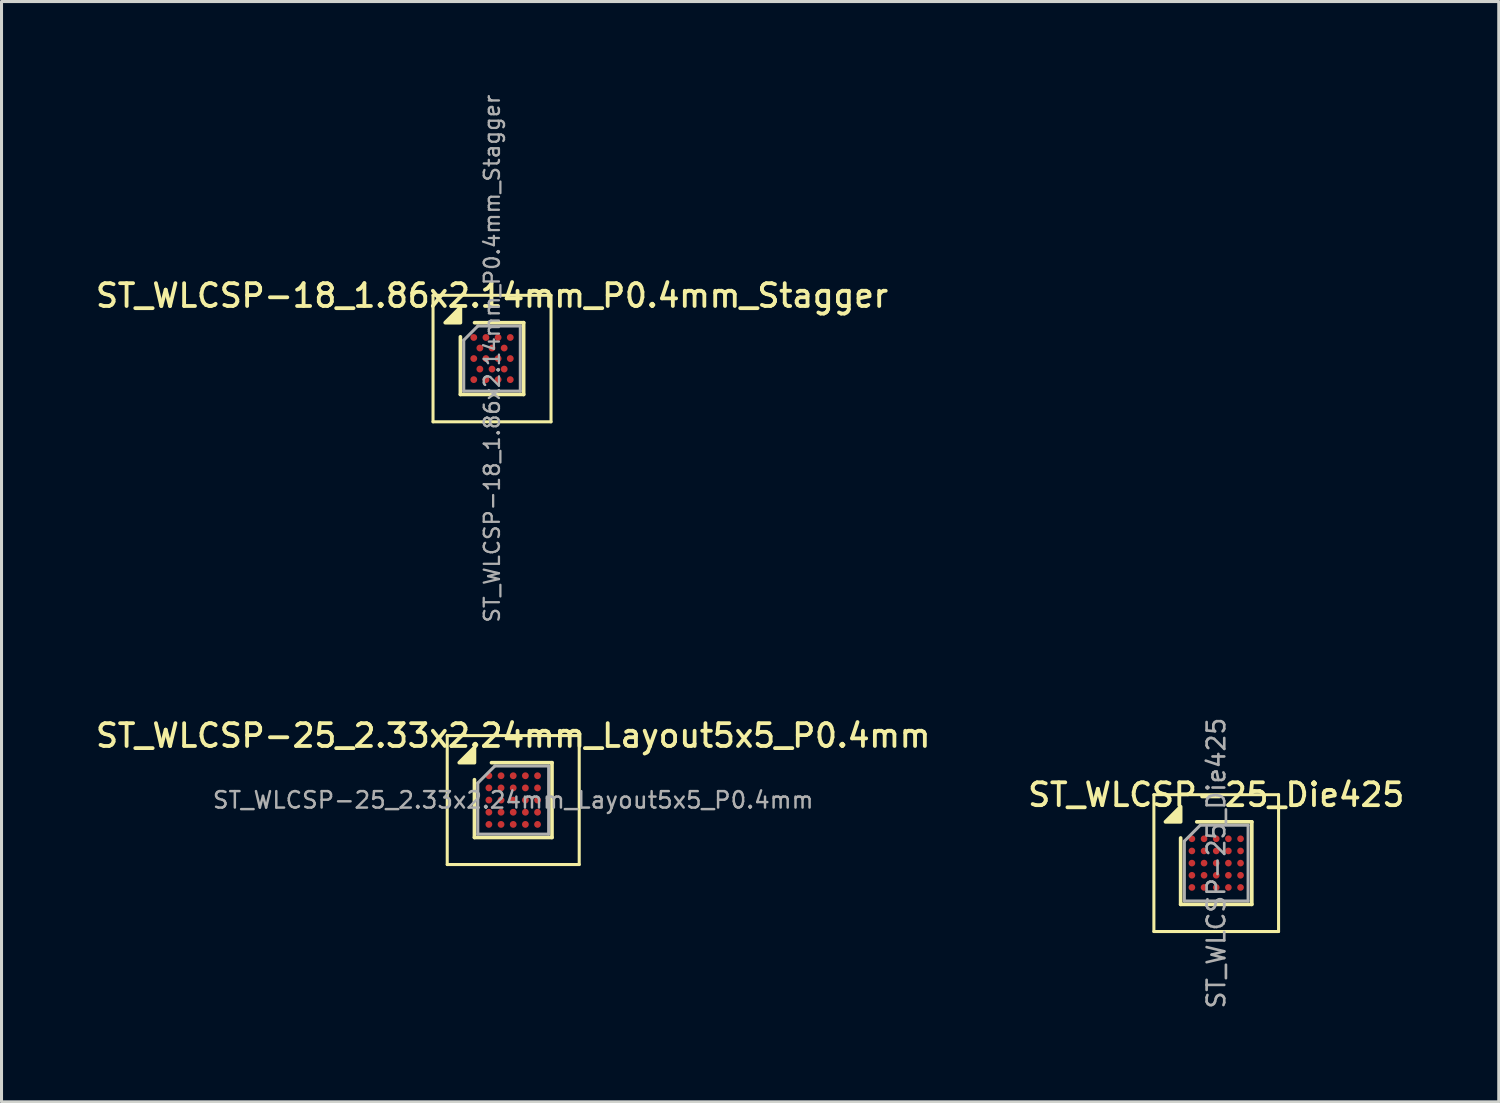
<source format=kicad_pcb>
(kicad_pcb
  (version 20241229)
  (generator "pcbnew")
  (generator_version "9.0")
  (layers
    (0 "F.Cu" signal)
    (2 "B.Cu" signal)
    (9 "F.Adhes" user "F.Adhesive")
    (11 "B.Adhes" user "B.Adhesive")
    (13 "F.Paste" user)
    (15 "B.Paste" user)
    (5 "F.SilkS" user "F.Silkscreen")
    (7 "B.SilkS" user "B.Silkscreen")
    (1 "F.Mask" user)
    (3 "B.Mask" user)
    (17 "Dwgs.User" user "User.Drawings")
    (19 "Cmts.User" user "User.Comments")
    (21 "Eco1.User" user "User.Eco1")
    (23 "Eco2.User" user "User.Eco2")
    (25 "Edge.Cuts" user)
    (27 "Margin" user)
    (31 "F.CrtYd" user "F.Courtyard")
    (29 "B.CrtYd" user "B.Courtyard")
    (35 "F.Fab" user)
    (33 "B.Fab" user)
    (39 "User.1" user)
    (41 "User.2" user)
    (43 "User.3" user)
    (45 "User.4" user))
  (footprint "ST_WLCSP-18_1.86x2.14mm_P0.4mm_Stagger"
    (layer "F.Cu")
    (at 13.13 8.741)
    (property "Reference" "ST_WLCSP-18_1.86x2.14mm_P0.4mm_Stagger" (at 0 -2.07 0) (layer "F.SilkS") (effects (font (size 0.75 0.75) (thickness 0.125))))
    (attr smd)
    (fp_line (start -1.94 -2.08) (end -1.94 2.08) (stroke (width 0.1) (type solid)) (layer "F.SilkS"))
    (fp_line (start -1.94 2.08) (end 1.94 2.08) (stroke (width 0.1) (type solid)) (layer "F.SilkS"))
    (fp_line (start -1.04 1.18) (end -1.04 -0.715) (stroke (width 0.12) (type solid)) (layer "F.SilkS"))
    (fp_line (start -0.575 -1.18) (end 1.04 -1.18) (stroke (width 0.12) (type solid)) (layer "F.SilkS"))
    (fp_line (start 1.04 -1.18) (end 1.04 1.18) (stroke (width 0.12) (type solid)) (layer "F.SilkS"))
    (fp_line (start 1.04 1.18) (end -1.04 1.18) (stroke (width 0.12) (type solid)) (layer "F.SilkS"))
    (fp_line (start 1.94 -2.08) (end -1.94 -2.08) (stroke (width 0.1) (type solid)) (layer "F.SilkS"))
    (fp_line (start 1.94 2.08) (end 1.94 -2.08) (stroke (width 0.1) (type solid)) (layer "F.SilkS"))
    (fp_poly (pts (xy -1.04 -1.18) (xy -1.54 -1.18) (xy -1.04 -1.68) (xy -1.04 -1.18)) (stroke (width 0.12) (type solid)) (fill yes) (layer "F.SilkS"))
    (fp_line (start -0.93 -0.605) (end -0.465 -1.07) (stroke (width 0.1) (type solid)) (layer "F.Fab"))
    (fp_line (start -0.93 1.07) (end -0.93 -0.605) (stroke (width 0.1) (type solid)) (layer "F.Fab"))
    (fp_line (start -0.465 -1.07) (end 0.93 -1.07) (stroke (width 0.1) (type solid)) (layer "F.Fab"))
    (fp_line (start 0.93 -1.07) (end 0.93 1.07) (stroke (width 0.1) (type solid)) (layer "F.Fab"))
    (fp_line (start 0.93 1.07) (end -0.93 1.07) (stroke (width 0.1) (type solid)) (layer "F.Fab"))
    (fp_text user "${REFERENCE}" (at 0 0 270) (layer "F.Fab") (effects (font (size 0.5 0.5) (thickness 0.075))))
    (pad "A1" smd circle (at -0.6 -0.693) (size 0.225 0.225) (property pad_prop_bga) (layers "F.Cu" "F.Mask" "F.Paste"))
    (pad "A3" smd circle (at -0.2 -0.693) (size 0.225 0.225) (property pad_prop_bga) (layers "F.Cu" "F.Mask" "F.Paste"))
    (pad "A5" smd circle (at 0.2 -0.693) (size 0.225 0.225) (property pad_prop_bga) (layers "F.Cu" "F.Mask" "F.Paste"))
    (pad "A7" smd circle (at 0.6 -0.693) (size 0.225 0.225) (property pad_prop_bga) (layers "F.Cu" "F.Mask" "F.Paste"))
    (pad "B2" smd circle (at -0.4 -0.346) (size 0.225 0.225) (property pad_prop_bga) (layers "F.Cu" "F.Mask" "F.Paste"))
    (pad "B4" smd circle (at 0 -0.346) (size 0.225 0.225) (property pad_prop_bga) (layers "F.Cu" "F.Mask" "F.Paste"))
    (pad "B6" smd circle (at 0.4 -0.346) (size 0.225 0.225) (property pad_prop_bga) (layers "F.Cu" "F.Mask" "F.Paste"))
    (pad "C1" smd circle (at -0.6 0) (size 0.225 0.225) (property pad_prop_bga) (layers "F.Cu" "F.Mask" "F.Paste"))
    (pad "C3" smd circle (at -0.2 0) (size 0.225 0.225) (property pad_prop_bga) (layers "F.Cu" "F.Mask" "F.Paste"))
    (pad "C5" smd circle (at 0.2 0) (size 0.225 0.225) (property pad_prop_bga) (layers "F.Cu" "F.Mask" "F.Paste"))
    (pad "C7" smd circle (at 0.6 0) (size 0.225 0.225) (property pad_prop_bga) (layers "F.Cu" "F.Mask" "F.Paste"))
    (pad "D2" smd circle (at -0.4 0.346) (size 0.225 0.225) (property pad_prop_bga) (layers "F.Cu" "F.Mask" "F.Paste"))
    (pad "D4" smd circle (at 0 0.346) (size 0.225 0.225) (property pad_prop_bga) (layers "F.Cu" "F.Mask" "F.Paste"))
    (pad "D6" smd circle (at 0.4 0.346) (size 0.225 0.225) (property pad_prop_bga) (layers "F.Cu" "F.Mask" "F.Paste"))
    (pad "E1" smd circle (at -0.6 0.693) (size 0.225 0.225) (property pad_prop_bga) (layers "F.Cu" "F.Mask" "F.Paste"))
    (pad "E3" smd circle (at -0.2 0.693) (size 0.225 0.225) (property pad_prop_bga) (layers "F.Cu" "F.Mask" "F.Paste"))
    (pad "E5" smd circle (at 0.2 0.693) (size 0.225 0.225) (property pad_prop_bga) (layers "F.Cu" "F.Mask" "F.Paste"))
    (pad "E7" smd circle (at 0.6 0.693) (size 0.225 0.225) (property pad_prop_bga) (layers "F.Cu" "F.Mask" "F.Paste")))
  (footprint "ST_WLCSP-25_Die425"
    (layer "F.Cu")
    (at 36.945 25.333)
    (property "Reference" "ST_WLCSP-25_Die425" (at 0 -2.247 0) (layer "F.SilkS") (effects (font (size 0.75 0.75) (thickness 0.125))))
    (attr smd)
    (fp_line (start -2.05 -2.25) (end -2.05 2.25) (stroke (width 0.1) (type solid)) (layer "F.SilkS"))
    (fp_line (start -2.05 2.25) (end 2.05 2.25) (stroke (width 0.1) (type solid)) (layer "F.SilkS"))
    (fp_line (start -1.17 1.357) (end -1.17 -0.827) (stroke (width 0.12) (type solid)) (layer "F.SilkS"))
    (fp_line (start -0.64 -1.357) (end 1.17 -1.357) (stroke (width 0.12) (type solid)) (layer "F.SilkS"))
    (fp_line (start 1.17 -1.357) (end 1.17 1.357) (stroke (width 0.12) (type solid)) (layer "F.SilkS"))
    (fp_line (start 1.17 1.357) (end -1.17 1.357) (stroke (width 0.12) (type solid)) (layer "F.SilkS"))
    (fp_line (start 2.05 -2.25) (end -2.05 -2.25) (stroke (width 0.1) (type solid)) (layer "F.SilkS"))
    (fp_line (start 2.05 2.25) (end 2.05 -2.25) (stroke (width 0.1) (type solid)) (layer "F.SilkS"))
    (fp_poly (pts (xy -1.17 -1.357) (xy -1.67 -1.357) (xy -1.17 -1.857) (xy -1.17 -1.357)) (stroke (width 0.12) (type solid)) (fill yes) (layer "F.SilkS"))
    (fp_line (start -1.048 -0.722) (end -0.524 -1.246) (stroke (width 0.1) (type solid)) (layer "F.Fab"))
    (fp_line (start -1.048 1.246) (end -1.048 -0.722) (stroke (width 0.1) (type solid)) (layer "F.Fab"))
    (fp_line (start -0.524 -1.246) (end 1.048 -1.246) (stroke (width 0.1) (type solid)) (layer "F.Fab"))
    (fp_line (start 1.048 -1.246) (end 1.048 1.246) (stroke (width 0.1) (type solid)) (layer "F.Fab"))
    (fp_line (start 1.048 1.246) (end -1.048 1.246) (stroke (width 0.1) (type solid)) (layer "F.Fab"))
    (fp_text user "${REFERENCE}" (at 0 0 270) (layer "F.Fab") (effects (font (size 0.58 0.58) (thickness 0.087))))
    (pad "A1" smd circle (at -0.8 -0.8) (size 0.22 0.22) (property pad_prop_bga) (layers "F.Cu" "F.Mask" "F.Paste"))
    (pad "A2" smd circle (at -0.4 -0.8) (size 0.22 0.22) (property pad_prop_bga) (layers "F.Cu" "F.Mask" "F.Paste"))
    (pad "A3" smd circle (at 0 -0.8) (size 0.22 0.22) (property pad_prop_bga) (layers "F.Cu" "F.Mask" "F.Paste"))
    (pad "A4" smd circle (at 0.4 -0.8) (size 0.22 0.22) (property pad_prop_bga) (layers "F.Cu" "F.Mask" "F.Paste"))
    (pad "A5" smd circle (at 0.8 -0.8) (size 0.22 0.22) (property pad_prop_bga) (layers "F.Cu" "F.Mask" "F.Paste"))
    (pad "B1" smd circle (at -0.8 -0.4) (size 0.22 0.22) (property pad_prop_bga) (layers "F.Cu" "F.Mask" "F.Paste"))
    (pad "B2" smd circle (at -0.4 -0.4) (size 0.22 0.22) (property pad_prop_bga) (layers "F.Cu" "F.Mask" "F.Paste"))
    (pad "B3" smd circle (at 0 -0.4) (size 0.22 0.22) (property pad_prop_bga) (layers "F.Cu" "F.Mask" "F.Paste"))
    (pad "B4" smd circle (at 0.4 -0.4) (size 0.22 0.22) (property pad_prop_bga) (layers "F.Cu" "F.Mask" "F.Paste"))
    (pad "B5" smd circle (at 0.8 -0.4) (size 0.22 0.22) (property pad_prop_bga) (layers "F.Cu" "F.Mask" "F.Paste"))
    (pad "C1" smd circle (at -0.8 0) (size 0.22 0.22) (property pad_prop_bga) (layers "F.Cu" "F.Mask" "F.Paste"))
    (pad "C2" smd circle (at -0.4 0) (size 0.22 0.22) (property pad_prop_bga) (layers "F.Cu" "F.Mask" "F.Paste"))
    (pad "C3" smd circle (at 0 0) (size 0.22 0.22) (property pad_prop_bga) (layers "F.Cu" "F.Mask" "F.Paste"))
    (pad "C4" smd circle (at 0.4 0) (size 0.22 0.22) (property pad_prop_bga) (layers "F.Cu" "F.Mask" "F.Paste"))
    (pad "C5" smd circle (at 0.8 0) (size 0.22 0.22) (property pad_prop_bga) (layers "F.Cu" "F.Mask" "F.Paste"))
    (pad "D1" smd circle (at -0.8 0.4) (size 0.22 0.22) (property pad_prop_bga) (layers "F.Cu" "F.Mask" "F.Paste"))
    (pad "D2" smd circle (at -0.4 0.4) (size 0.22 0.22) (property pad_prop_bga) (layers "F.Cu" "F.Mask" "F.Paste"))
    (pad "D3" smd circle (at 0 0.4) (size 0.22 0.22) (property pad_prop_bga) (layers "F.Cu" "F.Mask" "F.Paste"))
    (pad "D4" smd circle (at 0.4 0.4) (size 0.22 0.22) (property pad_prop_bga) (layers "F.Cu" "F.Mask" "F.Paste"))
    (pad "D5" smd circle (at 0.8 0.4) (size 0.22 0.22) (property pad_prop_bga) (layers "F.Cu" "F.Mask" "F.Paste"))
    (pad "E1" smd circle (at -0.8 0.8) (size 0.22 0.22) (property pad_prop_bga) (layers "F.Cu" "F.Mask" "F.Paste"))
    (pad "E2" smd circle (at -0.4 0.8) (size 0.22 0.22) (property pad_prop_bga) (layers "F.Cu" "F.Mask" "F.Paste"))
    (pad "E3" smd circle (at 0 0.8) (size 0.22 0.22) (property pad_prop_bga) (layers "F.Cu" "F.Mask" "F.Paste"))
    (pad "E4" smd circle (at 0.4 0.8) (size 0.22 0.22) (property pad_prop_bga) (layers "F.Cu" "F.Mask" "F.Paste"))
    (pad "E5" smd circle (at 0.8 0.8) (size 0.22 0.22) (property pad_prop_bga) (layers "F.Cu" "F.Mask" "F.Paste")))
  (footprint "ST_WLCSP-25_2.33x2.24mm_Layout5x5_P0.4mm"
    (layer "F.Cu")
    (at 13.827 23.26)
    (property "Reference" "ST_WLCSP-25_2.33x2.24mm_Layout5x5_P0.4mm" (at 0 -2.12 0) (layer "F.SilkS") (effects (font (size 0.75 0.75) (thickness 0.125))))
    (attr smd)
    (fp_line (start -2.17 -2.12) (end -2.17 2.12) (stroke (width 0.1) (type solid)) (layer "F.SilkS"))
    (fp_line (start -2.17 2.12) (end 2.17 2.12) (stroke (width 0.1) (type solid)) (layer "F.SilkS"))
    (fp_line (start -1.275 1.23) (end -1.275 -0.67) (stroke (width 0.12) (type solid)) (layer "F.SilkS"))
    (fp_line (start -0.715 -1.23) (end 1.275 -1.23) (stroke (width 0.12) (type solid)) (layer "F.SilkS"))
    (fp_line (start 1.275 -1.23) (end 1.275 1.23) (stroke (width 0.12) (type solid)) (layer "F.SilkS"))
    (fp_line (start 1.275 1.23) (end -1.275 1.23) (stroke (width 0.12) (type solid)) (layer "F.SilkS"))
    (fp_line (start 2.17 -2.12) (end -2.17 -2.12) (stroke (width 0.1) (type solid)) (layer "F.SilkS"))
    (fp_line (start 2.17 2.12) (end 2.17 -2.12) (stroke (width 0.1) (type solid)) (layer "F.SilkS"))
    (fp_poly (pts (xy -1.275 -1.23) (xy -1.775 -1.23) (xy -1.275 -1.73) (xy -1.275 -1.23)) (stroke (width 0.12) (type solid)) (fill yes) (layer "F.SilkS"))
    (fp_line (start -1.165 -0.56) (end -0.605 -1.12) (stroke (width 0.1) (type solid)) (layer "F.Fab"))
    (fp_line (start -1.165 1.12) (end -1.165 -0.56) (stroke (width 0.1) (type solid)) (layer "F.Fab"))
    (fp_line (start -0.605 -1.12) (end 1.165 -1.12) (stroke (width 0.1) (type solid)) (layer "F.Fab"))
    (fp_line (start 1.165 -1.12) (end 1.165 1.12) (stroke (width 0.1) (type solid)) (layer "F.Fab"))
    (fp_line (start 1.165 1.12) (end -1.165 1.12) (stroke (width 0.1) (type solid)) (layer "F.Fab"))
    (fp_text user "${REFERENCE}" (at 0 0 0) (layer "F.Fab") (effects (font (size 0.54 0.54) (thickness 0.081))))
    (pad "A1" smd circle (at -0.8 -0.8) (size 0.225 0.225) (property pad_prop_bga) (layers "F.Cu" "F.Mask" "F.Paste"))
    (pad "A2" smd circle (at -0.4 -0.8) (size 0.225 0.225) (property pad_prop_bga) (layers "F.Cu" "F.Mask" "F.Paste"))
    (pad "A3" smd circle (at 0 -0.8) (size 0.225 0.225) (property pad_prop_bga) (layers "F.Cu" "F.Mask" "F.Paste"))
    (pad "A4" smd circle (at 0.4 -0.8) (size 0.225 0.225) (property pad_prop_bga) (layers "F.Cu" "F.Mask" "F.Paste"))
    (pad "A5" smd circle (at 0.8 -0.8) (size 0.225 0.225) (property pad_prop_bga) (layers "F.Cu" "F.Mask" "F.Paste"))
    (pad "B1" smd circle (at -0.8 -0.4) (size 0.225 0.225) (property pad_prop_bga) (layers "F.Cu" "F.Mask" "F.Paste"))
    (pad "B2" smd circle (at -0.4 -0.4) (size 0.225 0.225) (property pad_prop_bga) (layers "F.Cu" "F.Mask" "F.Paste"))
    (pad "B3" smd circle (at 0 -0.4) (size 0.225 0.225) (property pad_prop_bga) (layers "F.Cu" "F.Mask" "F.Paste"))
    (pad "B4" smd circle (at 0.4 -0.4) (size 0.225 0.225) (property pad_prop_bga) (layers "F.Cu" "F.Mask" "F.Paste"))
    (pad "B5" smd circle (at 0.8 -0.4) (size 0.225 0.225) (property pad_prop_bga) (layers "F.Cu" "F.Mask" "F.Paste"))
    (pad "C1" smd circle (at -0.8 0) (size 0.225 0.225) (property pad_prop_bga) (layers "F.Cu" "F.Mask" "F.Paste"))
    (pad "C2" smd circle (at -0.4 0) (size 0.225 0.225) (property pad_prop_bga) (layers "F.Cu" "F.Mask" "F.Paste"))
    (pad "C3" smd circle (at 0 0) (size 0.225 0.225) (property pad_prop_bga) (layers "F.Cu" "F.Mask" "F.Paste"))
    (pad "C4" smd circle (at 0.4 0) (size 0.225 0.225) (property pad_prop_bga) (layers "F.Cu" "F.Mask" "F.Paste"))
    (pad "C5" smd circle (at 0.8 0) (size 0.225 0.225) (property pad_prop_bga) (layers "F.Cu" "F.Mask" "F.Paste"))
    (pad "D1" smd circle (at -0.8 0.4) (size 0.225 0.225) (property pad_prop_bga) (layers "F.Cu" "F.Mask" "F.Paste"))
    (pad "D2" smd circle (at -0.4 0.4) (size 0.225 0.225) (property pad_prop_bga) (layers "F.Cu" "F.Mask" "F.Paste"))
    (pad "D3" smd circle (at 0 0.4) (size 0.225 0.225) (property pad_prop_bga) (layers "F.Cu" "F.Mask" "F.Paste"))
    (pad "D4" smd circle (at 0.4 0.4) (size 0.225 0.225) (property pad_prop_bga) (layers "F.Cu" "F.Mask" "F.Paste"))
    (pad "D5" smd circle (at 0.8 0.4) (size 0.225 0.225) (property pad_prop_bga) (layers "F.Cu" "F.Mask" "F.Paste"))
    (pad "E1" smd circle (at -0.8 0.8) (size 0.225 0.225) (property pad_prop_bga) (layers "F.Cu" "F.Mask" "F.Paste"))
    (pad "E2" smd circle (at -0.4 0.8) (size 0.225 0.225) (property pad_prop_bga) (layers "F.Cu" "F.Mask" "F.Paste"))
    (pad "E3" smd circle (at 0 0.8) (size 0.225 0.225) (property pad_prop_bga) (layers "F.Cu" "F.Mask" "F.Paste"))
    (pad "E4" smd circle (at 0.4 0.8) (size 0.225 0.225) (property pad_prop_bga) (layers "F.Cu" "F.Mask" "F.Paste"))
    (pad "E5" smd circle (at 0.8 0.8) (size 0.225 0.225) (property pad_prop_bga) (layers "F.Cu" "F.Mask" "F.Paste")))
  (gr_rect
    (start -3 -3)
    (end 46.236 33.183)
    (stroke (width 0.1) (type default))
    (fill no)
    (layer "Edge.Cuts")))
</source>
